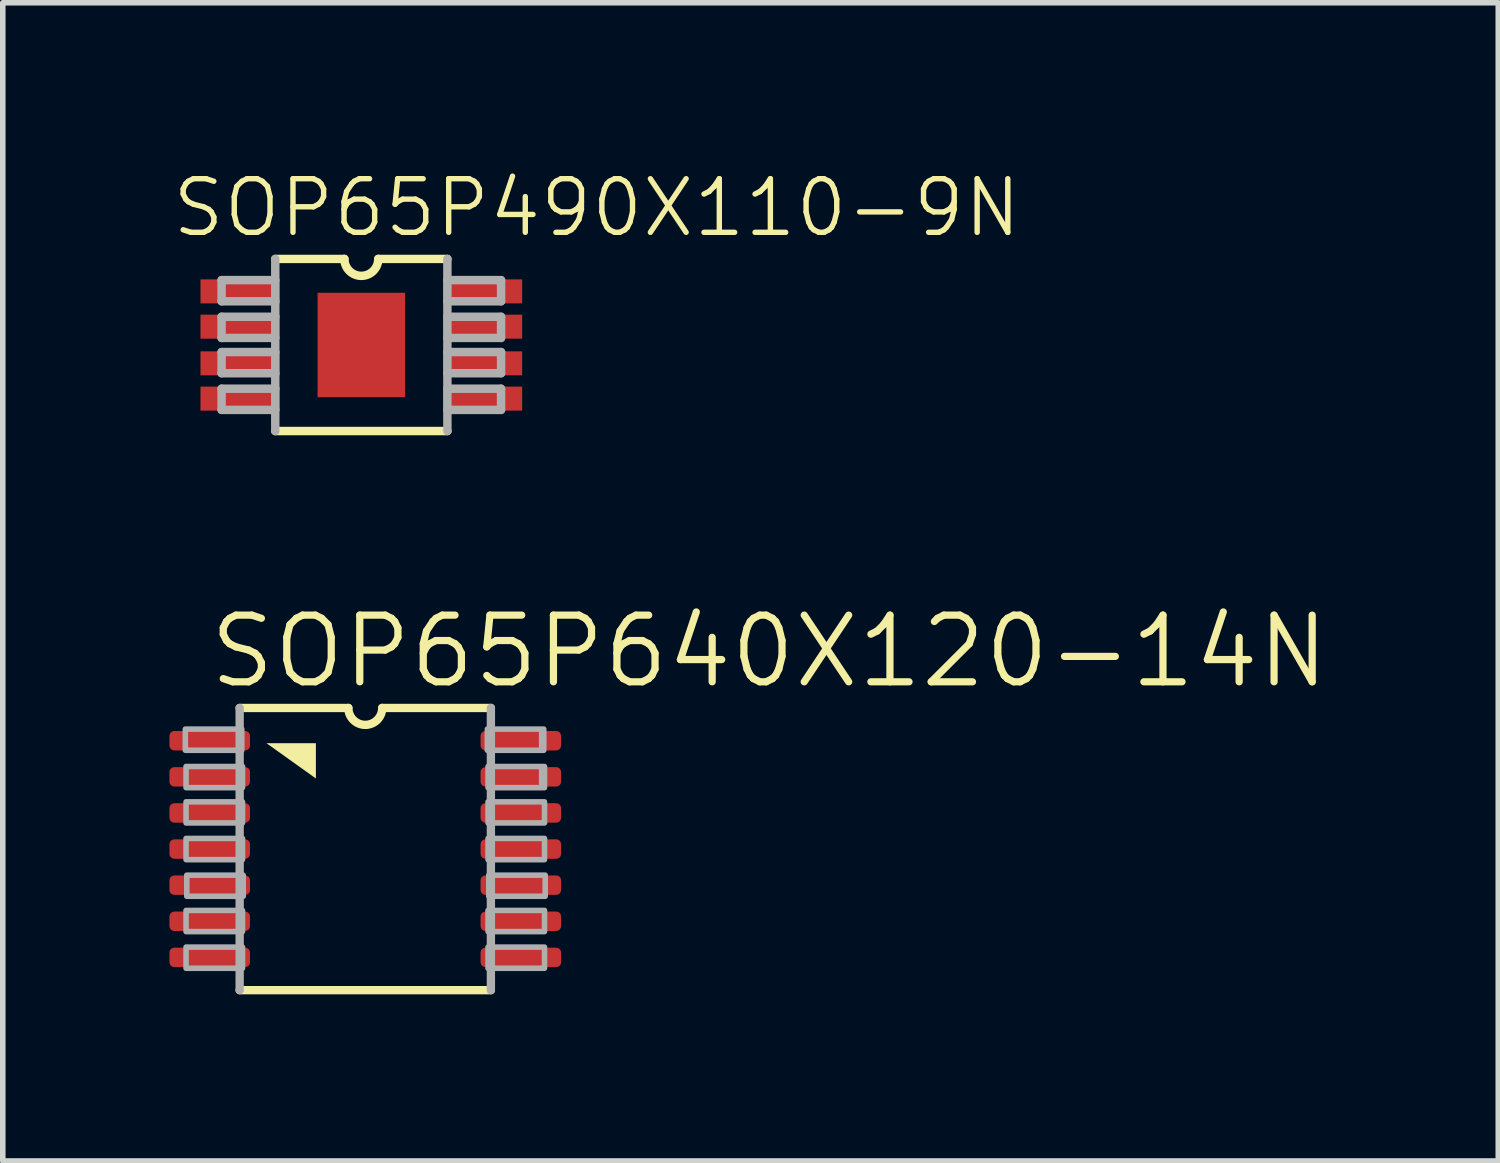
<source format=kicad_pcb>
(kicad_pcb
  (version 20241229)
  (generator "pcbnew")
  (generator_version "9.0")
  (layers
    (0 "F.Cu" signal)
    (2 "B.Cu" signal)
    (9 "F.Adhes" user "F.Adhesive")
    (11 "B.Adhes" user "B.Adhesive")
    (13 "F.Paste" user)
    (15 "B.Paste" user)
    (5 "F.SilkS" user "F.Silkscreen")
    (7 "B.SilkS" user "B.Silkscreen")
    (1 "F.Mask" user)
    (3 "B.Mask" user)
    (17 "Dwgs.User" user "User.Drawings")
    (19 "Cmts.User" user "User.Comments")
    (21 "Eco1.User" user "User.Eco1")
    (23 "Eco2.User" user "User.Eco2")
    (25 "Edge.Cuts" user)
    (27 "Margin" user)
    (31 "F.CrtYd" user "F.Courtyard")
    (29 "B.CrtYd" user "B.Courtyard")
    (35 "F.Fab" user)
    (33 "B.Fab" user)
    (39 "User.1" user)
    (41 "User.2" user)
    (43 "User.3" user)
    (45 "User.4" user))
  (footprint "SOP65P640X120-14N"
    (layer "F.Cu")
    (at 3.525 12.233)
    (property "Reference" "SOP65P640X120-14N" (at -2.87 -2.857 0) (layer "F.SilkS") (effects (font (size 1.2 1.2) (thickness 0.13)) (justify left bottom)))
    (attr through_hole)
    (fp_line (start -2.261 2.54) (end 2.261 2.54) (stroke (width 0.15) (type solid)) (layer "F.SilkS"))
    (fp_line (start -0.305 -2.54) (end -2.261 -2.54) (stroke (width 0.15) (type solid)) (layer "F.SilkS"))
    (fp_line (start 2.261 -2.54) (end 0.305 -2.54) (stroke (width 0.15) (type solid)) (layer "F.SilkS"))
    (fp_arc (start 0.3048 -2.54) (mid 0 -2.2352) (end -0.3048 -2.54) (stroke (width 0.15) (type solid)) (layer "F.SilkS"))
    (fp_poly (pts (xy -1.778 -1.905) (xy -0.889 -1.905) (xy -0.889 -1.27)) (stroke (width 0) (type solid)) (fill yes) (layer "F.SilkS"))
    (fp_line (start -2.261 -2.54) (end -2.261 2.54) (stroke (width 0.15) (type solid)) (layer "F.Fab"))
    (fp_line (start -2.261 -1.803) (end -2.261 -2.108) (stroke (width 0.1) (type solid)) (layer "F.Fab"))
    (fp_line (start -2.261 -1.143) (end -2.261 -1.448) (stroke (width 0.1) (type solid)) (layer "F.Fab"))
    (fp_line (start 2.261 2.54) (end 2.261 -2.54) (stroke (width 0.15) (type solid)) (layer "F.Fab"))
    (fp_line (start 3.175 -1.803) (end 3.175 -2.108) (stroke (width 0.1) (type solid)) (layer "F.Fab"))
    (fp_line (start 3.175 -1.143) (end 3.175 -1.448) (stroke (width 0.1) (type solid)) (layer "F.Fab"))
    (fp_poly (pts (xy -3.239 -1.778) (xy -2.223 -1.778) (xy -2.223 -2.159) (xy -3.239 -2.159)) (stroke (width 0.1) (type solid)) (fill no) (layer "F.Fab"))
    (fp_poly (pts (xy -3.226 -1.105) (xy -2.21 -1.105) (xy -2.21 -1.486) (xy -3.226 -1.486)) (stroke (width 0.1) (type solid)) (fill no) (layer "F.Fab"))
    (fp_poly (pts (xy -3.226 -0.47) (xy -2.21 -0.47) (xy -2.21 -0.85) (xy -3.226 -0.85)) (stroke (width 0.1) (type solid)) (fill no) (layer "F.Fab"))
    (fp_poly (pts (xy -3.226 0.191) (xy -2.21 0.191) (xy -2.21 -0.191) (xy -3.226 -0.191)) (stroke (width 0.1) (type solid)) (fill no) (layer "F.Fab"))
    (fp_poly (pts (xy -3.226 1.486) (xy -2.21 1.486) (xy -2.21 1.105) (xy -3.226 1.105)) (stroke (width 0.1) (type solid)) (fill no) (layer "F.Fab"))
    (fp_poly (pts (xy -3.226 2.146) (xy -2.21 2.146) (xy -2.21 1.765) (xy -3.226 1.765)) (stroke (width 0.1) (type solid)) (fill no) (layer "F.Fab"))
    (fp_poly (pts (xy -3.213 0.85) (xy -2.197 0.85) (xy -2.197 0.47) (xy -3.213 0.47)) (stroke (width 0.1) (type solid)) (fill no) (layer "F.Fab"))
    (fp_poly (pts (xy 2.197 -1.778) (xy 3.213 -1.778) (xy 3.213 -2.159) (xy 2.197 -2.159)) (stroke (width 0.1) (type solid)) (fill no) (layer "F.Fab"))
    (fp_poly (pts (xy 2.21 -1.105) (xy 3.226 -1.105) (xy 3.226 -1.486) (xy 2.21 -1.486)) (stroke (width 0.1) (type solid)) (fill no) (layer "F.Fab"))
    (fp_poly (pts (xy 2.21 -0.47) (xy 3.226 -0.47) (xy 3.226 -0.85) (xy 2.21 -0.85)) (stroke (width 0.1) (type solid)) (fill no) (layer "F.Fab"))
    (fp_poly (pts (xy 2.21 0.191) (xy 3.226 0.191) (xy 3.226 -0.191) (xy 2.21 -0.191)) (stroke (width 0.1) (type solid)) (fill no) (layer "F.Fab"))
    (fp_poly (pts (xy 2.21 1.486) (xy 3.226 1.486) (xy 3.226 1.105) (xy 2.21 1.105)) (stroke (width 0.1) (type solid)) (fill no) (layer "F.Fab"))
    (fp_poly (pts (xy 2.21 2.146) (xy 3.226 2.146) (xy 3.226 1.765) (xy 2.21 1.765)) (stroke (width 0.1) (type solid)) (fill no) (layer "F.Fab"))
    (fp_poly (pts (xy 2.223 0.85) (xy 3.239 0.85) (xy 3.239 0.47) (xy 2.223 0.47)) (stroke (width 0.1) (type solid)) (fill no) (layer "F.Fab"))
    (pad "1" smd roundrect (at -2.8 -1.95) (size 1.45 0.35) (layers "F.Cu" "F.Mask" "F.Paste") (roundrect_rratio 0.25))
    (pad "2" smd roundrect (at -2.8 -1.3) (size 1.45 0.35) (layers "F.Cu" "F.Mask" "F.Paste") (roundrect_rratio 0.25))
    (pad "3" smd roundrect (at -2.8 -0.65) (size 1.45 0.35) (layers "F.Cu" "F.Mask" "F.Paste") (roundrect_rratio 0.25))
    (pad "4" smd roundrect (at -2.8 0) (size 1.45 0.35) (layers "F.Cu" "F.Mask" "F.Paste") (roundrect_rratio 0.25))
    (pad "5" smd roundrect (at -2.8 0.65) (size 1.45 0.35) (layers "F.Cu" "F.Mask" "F.Paste") (roundrect_rratio 0.25))
    (pad "6" smd roundrect (at -2.8 1.3) (size 1.45 0.35) (layers "F.Cu" "F.Mask" "F.Paste") (roundrect_rratio 0.25))
    (pad "7" smd roundrect (at -2.8 1.95) (size 1.45 0.35) (layers "F.Cu" "F.Mask" "F.Paste") (roundrect_rratio 0.25))
    (pad "8" smd roundrect (at 2.8 1.95) (size 1.45 0.35) (layers "F.Cu" "F.Mask" "F.Paste") (roundrect_rratio 0.25))
    (pad "9" smd roundrect (at 2.8 1.3) (size 1.45 0.35) (layers "F.Cu" "F.Mask" "F.Paste") (roundrect_rratio 0.25))
    (pad "10" smd roundrect (at 2.8 0.65) (size 1.45 0.35) (layers "F.Cu" "F.Mask" "F.Paste") (roundrect_rratio 0.25))
    (pad "11" smd roundrect (at 2.8 0) (size 1.45 0.35) (layers "F.Cu" "F.Mask" "F.Paste") (roundrect_rratio 0.25))
    (pad "12" smd roundrect (at 2.8 -0.65) (size 1.45 0.35) (layers "F.Cu" "F.Mask" "F.Paste") (roundrect_rratio 0.25))
    (pad "13" smd roundrect (at 2.8 -1.3) (size 1.45 0.35) (layers "F.Cu" "F.Mask" "F.Paste") (roundrect_rratio 0.25))
    (pad "14" smd roundrect (at 2.8 -1.95) (size 1.45 0.35) (layers "F.Cu" "F.Mask" "F.Paste") (roundrect_rratio 0.25)))
  (footprint "SOP65P490X110-9N"
    (layer "F.Cu")
    (at 3.454 3.16)
    (property "Reference" "SOP65P490X110-9N" (at -3.454 -1.905 0) (layer "F.SilkS") (effects (font (size 0.965 0.965) (thickness 0.097)) (justify left bottom)))
    (attr through_hole)
    (fp_line (start -1.549 1.549) (end 1.549 1.549) (stroke (width 0.152) (type solid)) (layer "F.SilkS"))
    (fp_line (start -0.305 -1.549) (end -1.549 -1.549) (stroke (width 0.152) (type solid)) (layer "F.SilkS"))
    (fp_line (start 1.549 -1.549) (end 0.305 -1.549) (stroke (width 0.152) (type solid)) (layer "F.SilkS"))
    (fp_arc (start 0.3048 -1.5494) (mid 0 -1.2446) (end -0.3048 -1.5494) (stroke (width 0.1524) (type solid)) (layer "F.SilkS"))
    (fp_line (start -2.515 -1.168) (end -2.515 -0.787) (stroke (width 0.152) (type solid)) (layer "F.Fab"))
    (fp_line (start -2.515 -0.787) (end -1.549 -0.787) (stroke (width 0.152) (type solid)) (layer "F.Fab"))
    (fp_line (start -2.515 -0.508) (end -2.515 -0.127) (stroke (width 0.152) (type solid)) (layer "F.Fab"))
    (fp_line (start -2.515 -0.127) (end -1.549 -0.127) (stroke (width 0.152) (type solid)) (layer "F.Fab"))
    (fp_line (start -2.515 0.127) (end -2.515 0.508) (stroke (width 0.152) (type solid)) (layer "F.Fab"))
    (fp_line (start -2.515 0.508) (end -1.549 0.508) (stroke (width 0.152) (type solid)) (layer "F.Fab"))
    (fp_line (start -2.515 0.787) (end -2.515 1.168) (stroke (width 0.152) (type solid)) (layer "F.Fab"))
    (fp_line (start -2.515 1.168) (end -1.549 1.168) (stroke (width 0.152) (type solid)) (layer "F.Fab"))
    (fp_line (start -1.549 -1.549) (end -1.549 1.549) (stroke (width 0.152) (type solid)) (layer "F.Fab"))
    (fp_line (start -1.549 -1.168) (end -2.515 -1.168) (stroke (width 0.152) (type solid)) (layer "F.Fab"))
    (fp_line (start -1.549 -0.787) (end -1.549 -1.168) (stroke (width 0.1) (type solid)) (layer "F.Fab"))
    (fp_line (start -1.549 -0.508) (end -2.515 -0.508) (stroke (width 0.152) (type solid)) (layer "F.Fab"))
    (fp_line (start -1.549 -0.127) (end -1.549 -0.508) (stroke (width 0.1) (type solid)) (layer "F.Fab"))
    (fp_line (start -1.549 0.127) (end -2.515 0.127) (stroke (width 0.152) (type solid)) (layer "F.Fab"))
    (fp_line (start -1.549 0.508) (end -1.549 0.127) (stroke (width 0.1) (type solid)) (layer "F.Fab"))
    (fp_line (start -1.549 0.787) (end -2.515 0.787) (stroke (width 0.152) (type solid)) (layer "F.Fab"))
    (fp_line (start -1.549 1.168) (end -1.549 0.787) (stroke (width 0.1) (type solid)) (layer "F.Fab"))
    (fp_line (start 1.549 -1.168) (end 1.549 -0.787) (stroke (width 0.1) (type solid)) (layer "F.Fab"))
    (fp_line (start 1.549 -0.787) (end 2.515 -0.787) (stroke (width 0.152) (type solid)) (layer "F.Fab"))
    (fp_line (start 1.549 -0.508) (end 1.549 -0.127) (stroke (width 0.1) (type solid)) (layer "F.Fab"))
    (fp_line (start 1.549 -0.127) (end 2.515 -0.127) (stroke (width 0.152) (type solid)) (layer "F.Fab"))
    (fp_line (start 1.549 0.127) (end 1.549 0.508) (stroke (width 0.1) (type solid)) (layer "F.Fab"))
    (fp_line (start 1.549 0.508) (end 2.515 0.508) (stroke (width 0.152) (type solid)) (layer "F.Fab"))
    (fp_line (start 1.549 0.787) (end 1.549 1.168) (stroke (width 0.1) (type solid)) (layer "F.Fab"))
    (fp_line (start 1.549 1.168) (end 2.515 1.168) (stroke (width 0.152) (type solid)) (layer "F.Fab"))
    (fp_line (start 1.549 1.549) (end 1.549 -1.549) (stroke (width 0.152) (type solid)) (layer "F.Fab"))
    (fp_line (start 2.515 -1.168) (end 1.549 -1.168) (stroke (width 0.152) (type solid)) (layer "F.Fab"))
    (fp_line (start 2.515 -0.787) (end 2.515 -1.168) (stroke (width 0.152) (type solid)) (layer "F.Fab"))
    (fp_line (start 2.515 -0.508) (end 1.549 -0.508) (stroke (width 0.152) (type solid)) (layer "F.Fab"))
    (fp_line (start 2.515 -0.127) (end 2.515 -0.508) (stroke (width 0.152) (type solid)) (layer "F.Fab"))
    (fp_line (start 2.515 0.127) (end 1.549 0.127) (stroke (width 0.152) (type solid)) (layer "F.Fab"))
    (fp_line (start 2.515 0.508) (end 2.515 0.127) (stroke (width 0.152) (type solid)) (layer "F.Fab"))
    (fp_line (start 2.515 0.787) (end 1.549 0.787) (stroke (width 0.152) (type solid)) (layer "F.Fab"))
    (fp_line (start 2.515 1.168) (end 2.515 0.787) (stroke (width 0.152) (type solid)) (layer "F.Fab"))
    (pad "1" smd rect (at -2.184 -0.965) (size 1.422 0.432) (layers "F.Cu" "F.Mask" "F.Paste"))
    (pad "2" smd rect (at -2.184 -0.33) (size 1.422 0.432) (layers "F.Cu" "F.Mask" "F.Paste"))
    (pad "3" smd rect (at -2.184 0.33) (size 1.422 0.432) (layers "F.Cu" "F.Mask" "F.Paste"))
    (pad "4" smd rect (at -2.184 0.965) (size 1.422 0.432) (layers "F.Cu" "F.Mask" "F.Paste"))
    (pad "5" smd rect (at 2.184 0.965) (size 1.422 0.432) (layers "F.Cu" "F.Mask" "F.Paste"))
    (pad "6" smd rect (at 2.184 0.33) (size 1.422 0.432) (layers "F.Cu" "F.Mask" "F.Paste"))
    (pad "7" smd rect (at 2.184 -0.33) (size 1.422 0.432) (layers "F.Cu" "F.Mask" "F.Paste"))
    (pad "8" smd rect (at 2.184 -0.965) (size 1.422 0.432) (layers "F.Cu" "F.Mask" "F.Paste"))
    (pad "TP" smd rect (at 0 0) (size 1.575 1.88) (layers "F.Cu" "F.Mask" "F.Paste")))
  (gr_rect
    (start -3 -3)
    (end 23.919 17.848)
    (stroke (width 0.1) (type default))
    (fill no)
    (layer "Edge.Cuts")))
</source>
